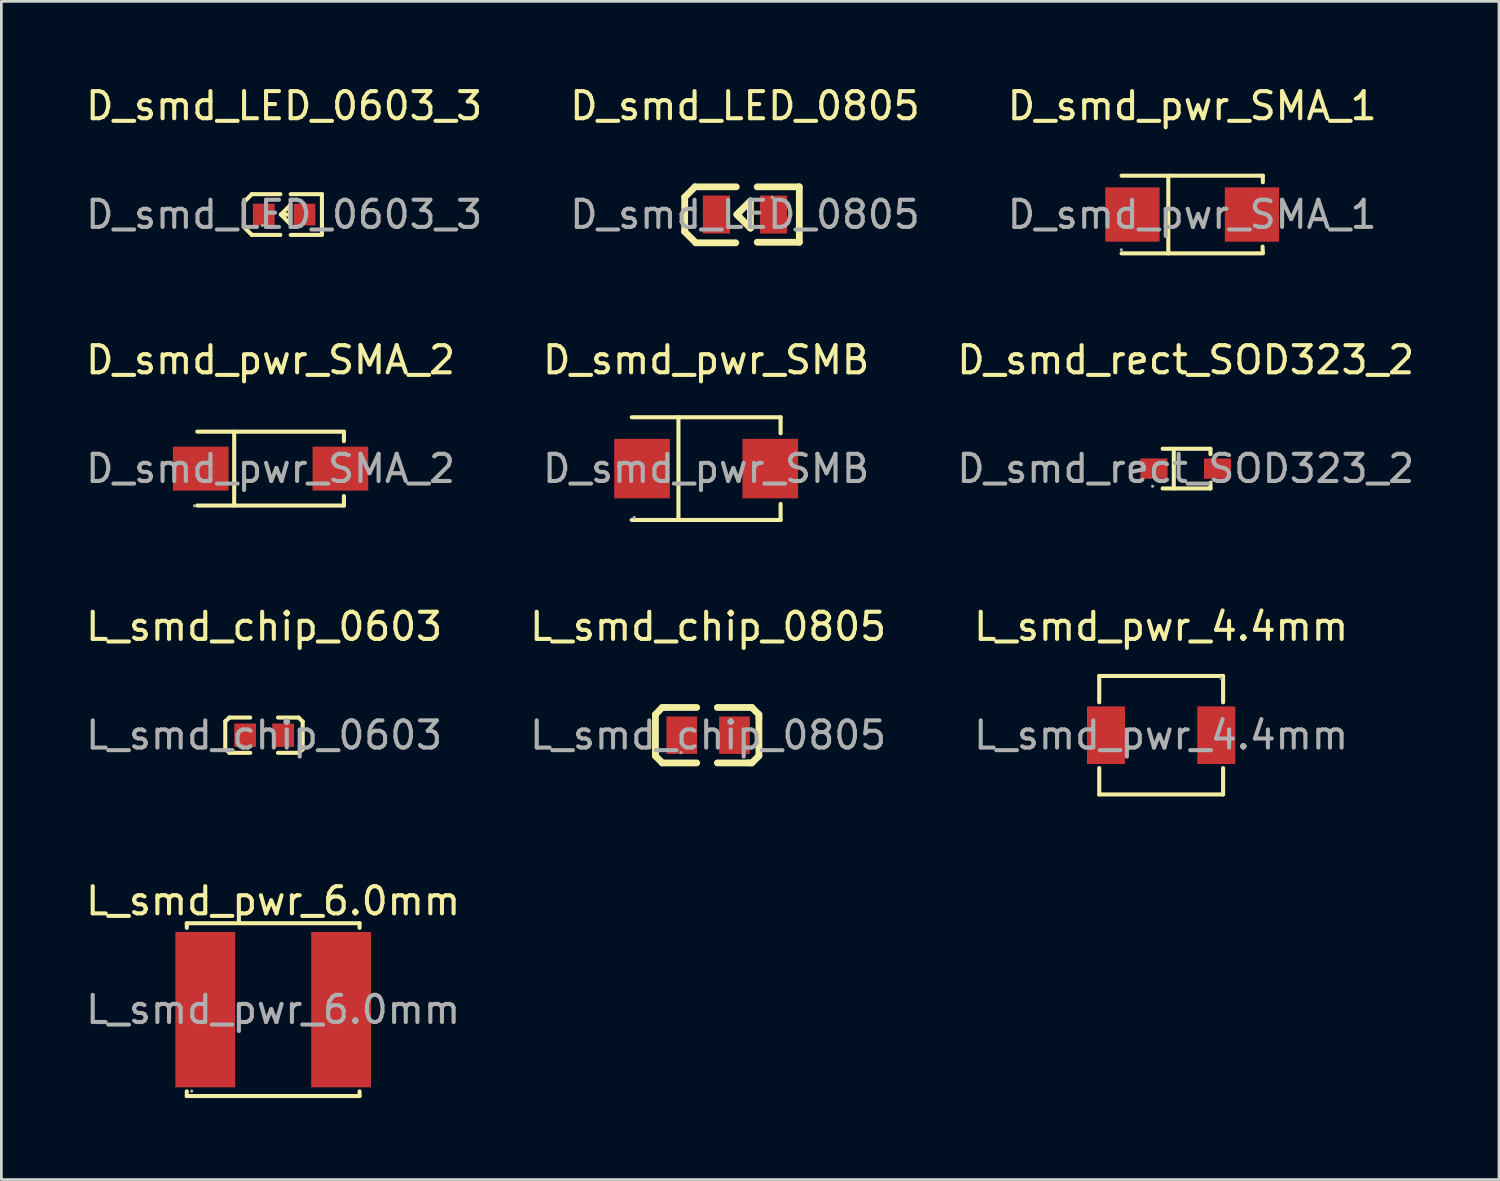
<source format=kicad_pcb>
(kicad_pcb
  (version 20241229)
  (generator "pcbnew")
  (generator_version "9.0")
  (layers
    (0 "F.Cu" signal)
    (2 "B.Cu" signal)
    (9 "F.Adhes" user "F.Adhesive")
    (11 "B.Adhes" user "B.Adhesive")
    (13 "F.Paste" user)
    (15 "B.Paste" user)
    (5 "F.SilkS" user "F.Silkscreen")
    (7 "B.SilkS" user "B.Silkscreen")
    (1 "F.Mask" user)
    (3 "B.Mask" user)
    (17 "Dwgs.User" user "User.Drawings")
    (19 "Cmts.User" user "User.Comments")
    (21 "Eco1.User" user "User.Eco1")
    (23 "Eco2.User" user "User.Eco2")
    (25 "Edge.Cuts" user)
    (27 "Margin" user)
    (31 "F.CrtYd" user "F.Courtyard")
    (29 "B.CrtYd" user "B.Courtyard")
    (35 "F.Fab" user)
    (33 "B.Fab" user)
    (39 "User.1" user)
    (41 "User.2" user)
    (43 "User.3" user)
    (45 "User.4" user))
  (footprint "D_smd_pwr_SMA_2"
    (layer "F.Cu")
    (at 6.911 14.201)
    (property "Reference" "D_smd_pwr_SMA_2" (at 0 -4 0) (layer "F.SilkS") (effects (font (size 1 1) (thickness 0.15))))
    (attr smd)
    (fp_line (start -2.7 -1.36) (end 2.7 -1.36) (stroke (width 0.15) (type solid)) (layer "F.SilkS"))
    (fp_line (start -2.7 1.36) (end 2.7 1.36) (stroke (width 0.15) (type solid)) (layer "F.SilkS"))
    (fp_line (start -1.34 -1.36) (end -1.34 1.36) (stroke (width 0.15) (type solid)) (layer "F.SilkS"))
    (fp_line (start 2.7 -1.36) (end 2.7 -1.01) (stroke (width 0.15) (type solid)) (layer "F.SilkS"))
    (fp_line (start 2.7 1.36) (end 2.7 1.01) (stroke (width 0.15) (type solid)) (layer "F.SilkS"))
    (fp_circle (center -2.8 1.37) (end -2.77 1.37) (stroke (width 0.06) (type solid)) (fill no) (layer "F.Fab"))
    (fp_text user "${REFERENCE}" (at 0 0 0) (layer "F.Fab") (effects (font (size 1 1) (thickness 0.15))))
    (pad "1" smd rect (at -2.57 0) (size 2.05 1.62) (layers "F.Cu" "F.Mask" "F.Paste"))
    (pad "2" smd rect (at 2.57 0) (size 2.05 1.62) (layers "F.Cu" "F.Mask" "F.Paste")))
  (footprint "D_smd_LED_0805"
    (layer "F.Cu")
    (at 24.375 4.848)
    (property "Reference" "D_smd_LED_0805" (at 0 -4 0) (layer "F.SilkS") (effects (font (size 1 1) (thickness 0.15))))
    (attr smd)
    (fp_line (start -2.22 -0.64) (end -1.84 -1.02) (stroke (width 0.25) (type solid)) (layer "F.SilkS"))
    (fp_line (start -2.22 0.63) (end -2.22 -0.64) (stroke (width 0.25) (type solid)) (layer "F.SilkS"))
    (fp_line (start -1.84 -1.02) (end -0.32 -1.02) (stroke (width 0.25) (type solid)) (layer "F.SilkS"))
    (fp_line (start -1.81 1.04) (end -2.22 0.63) (stroke (width 0.25) (type solid)) (layer "F.SilkS"))
    (fp_line (start -0.34 1.04) (end -1.81 1.04) (stroke (width 0.25) (type solid)) (layer "F.SilkS"))
    (fp_line (start -0.3 0) (end -0.2 0.1) (stroke (width 0.25) (type solid)) (layer "F.SilkS"))
    (fp_line (start -0.2 -0.1) (end -0.3 0) (stroke (width 0.25) (type solid)) (layer "F.SilkS"))
    (fp_line (start -0.2 0.1) (end 0.2 0.5) (stroke (width 0.25) (type solid)) (layer "F.SilkS"))
    (fp_line (start 0.2 -0.5) (end -0.2 -0.1) (stroke (width 0.25) (type solid)) (layer "F.SilkS"))
    (fp_line (start 0.2 -0.5) (end 0.2 0.5) (stroke (width 0.25) (type solid)) (layer "F.SilkS"))
    (fp_line (start 0.45 1.02) (end 2 1.02) (stroke (width 0.25) (type solid)) (layer "F.SilkS"))
    (fp_line (start 2 -1.02) (end 0.45 -1.02) (stroke (width 0.25) (type solid)) (layer "F.SilkS"))
    (fp_line (start 2 1.02) (end 2 -1.02) (stroke (width 0.25) (type solid)) (layer "F.SilkS"))
    (fp_circle (center 1 -0.63) (end 1.03 -0.63) (stroke (width 0.06) (type solid)) (fill no) (layer "F.Fab"))
    (fp_text user "${REFERENCE}" (at 0 0 0) (layer "F.Fab") (effects (font (size 1 1) (thickness 0.15))))
    (pad "1" smd rect (at 1.05 0 180) (size 1 1.4) (layers "F.Cu" "F.Mask" "F.Paste"))
    (pad "2" smd rect (at -1.05 0 180) (size 1 1.4) (layers "F.Cu" "F.Mask" "F.Paste")))
  (footprint "D_smd_pwr_SMB"
    (layer "F.Cu")
    (at 22.946 14.201)
    (property "Reference" "D_smd_pwr_SMB" (at 0 -4 0) (layer "F.SilkS") (effects (font (size 1 1) (thickness 0.15))))
    (attr smd)
    (fp_line (start -2.74 -1.89) (end 2.74 -1.89) (stroke (width 0.15) (type solid)) (layer "F.SilkS"))
    (fp_line (start -2.74 1.89) (end 2.74 1.89) (stroke (width 0.15) (type solid)) (layer "F.SilkS"))
    (fp_line (start -1.02 -1.89) (end -1.02 1.89) (stroke (width 0.15) (type solid)) (layer "F.SilkS"))
    (fp_line (start 2.74 -1.89) (end 2.74 -1.3) (stroke (width 0.15) (type solid)) (layer "F.SilkS"))
    (fp_line (start 2.74 1.89) (end 2.74 1.3) (stroke (width 0.15) (type solid)) (layer "F.SilkS"))
    (fp_circle (center -2.65 1.8) (end -2.62 1.8) (stroke (width 0.06) (type solid)) (fill no) (layer "F.Fab"))
    (fp_text user "${REFERENCE}" (at 0 0 0) (layer "F.Fab") (effects (font (size 1 1) (thickness 0.15))))
    (pad "1" smd rect (at -2.36 0) (size 2.05 2.19) (layers "F.Cu" "F.Mask" "F.Paste"))
    (pad "2" smd rect (at 2.36 0) (size 2.05 2.19) (layers "F.Cu" "F.Mask" "F.Paste")))
  (footprint "D_smd_LED_0603_3"
    (layer "F.Cu")
    (at 7.411 4.848)
    (property "Reference" "D_smd_LED_0603_3" (at 0 -4 0) (layer "F.SilkS") (effects (font (size 1 1) (thickness 0.15))))
    (attr smd)
    (fp_line (start -1.49 -0.45) (end -1.19 -0.75) (stroke (width 0.15) (type solid)) (layer "F.SilkS"))
    (fp_line (start -1.49 -0.35) (end -1.49 -0.45) (stroke (width 0.15) (type solid)) (layer "F.SilkS"))
    (fp_line (start -1.49 -0.35) (end -1.49 0.35) (stroke (width 0.15) (type solid)) (layer "F.SilkS"))
    (fp_line (start -1.49 0.35) (end -1.49 0.45) (stroke (width 0.15) (type solid)) (layer "F.SilkS"))
    (fp_line (start -1.49 0.45) (end -1.19 0.75) (stroke (width 0.15) (type solid)) (layer "F.SilkS"))
    (fp_line (start -0.14 -0.75) (end -1.19 -0.75) (stroke (width 0.15) (type solid)) (layer "F.SilkS"))
    (fp_line (start -0.14 0.75) (end -1.19 0.75) (stroke (width 0.15) (type solid)) (layer "F.SilkS"))
    (fp_line (start 0.21 0.33) (end -0.12 0) (stroke (width 0.15) (type solid)) (layer "F.SilkS"))
    (fp_line (start 0.22 -0.35) (end 0.22 -0.34) (stroke (width 0.15) (type solid)) (layer "F.SilkS"))
    (fp_line (start 0.22 -0.35) (end 0.22 0.33) (stroke (width 0.15) (type solid)) (layer "F.SilkS"))
    (fp_line (start 0.22 -0.34) (end -0.12 0) (stroke (width 0.15) (type solid)) (layer "F.SilkS"))
    (fp_line (start 0.22 0) (end -0.12 0) (stroke (width 0.15) (type solid)) (layer "F.SilkS"))
    (fp_line (start 0.22 0.33) (end 0.21 0.33) (stroke (width 0.15) (type solid)) (layer "F.SilkS"))
    (fp_line (start 0.24 -0.75) (end 1.39 -0.75) (stroke (width 0.15) (type solid)) (layer "F.SilkS"))
    (fp_line (start 0.24 0.75) (end 1.39 0.75) (stroke (width 0.15) (type solid)) (layer "F.SilkS"))
    (fp_line (start 1.39 -0.75) (end 1.39 0.73) (stroke (width 0.15) (type solid)) (layer "F.SilkS"))
    (fp_circle (center -0.8 0.4) (end -0.77 0.4) (stroke (width 0.06) (type solid)) (fill no) (layer "F.Fab"))
    (fp_text user "${REFERENCE}" (at 0 0 0) (layer "F.Fab") (effects (font (size 1 1) (thickness 0.15))))
    (pad "1" smd rect (at -0.75 0 90) (size 0.8 0.8) (layers "F.Cu" "F.Mask" "F.Paste"))
    (pad "2" smd rect (at 0.75 0 90) (size 0.8 0.8) (layers "F.Cu" "F.Mask" "F.Paste")))
  (footprint "L_smd_pwr_6.0mm"
    (layer "F.Cu")
    (at 7.006 34.118)
    (property "Reference" "L_smd_pwr_6.0mm" (at 0 -4 0) (layer "F.SilkS") (effects (font (size 1 1) (thickness 0.15))))
    (attr smd)
    (fp_line (start -3.18 -3.18) (end 3.18 -3.18) (stroke (width 0.15) (type solid)) (layer "F.SilkS"))
    (fp_line (start -3.18 -3.01) (end -3.18 -3.18) (stroke (width 0.15) (type solid)) (layer "F.SilkS"))
    (fp_line (start -3.18 3.01) (end -3.18 3.18) (stroke (width 0.15) (type solid)) (layer "F.SilkS"))
    (fp_line (start -3.18 3.18) (end 3.18 3.18) (stroke (width 0.15) (type solid)) (layer "F.SilkS"))
    (fp_line (start 3.18 -3.18) (end 3.18 -3.01) (stroke (width 0.15) (type solid)) (layer "F.SilkS"))
    (fp_line (start 3.18 3.18) (end 3.18 3.01) (stroke (width 0.15) (type solid)) (layer "F.SilkS"))
    (fp_circle (center -3 3) (end -2.97 3) (stroke (width 0.06) (type solid)) (fill no) (layer "F.Fab"))
    (fp_text user "${REFERENCE}" (at 0 0 0) (layer "F.Fab") (effects (font (size 1 1) (thickness 0.15))))
    (pad "1" smd rect (at -2.5 0) (size 2.2 5.72) (layers "F.Cu" "F.Mask" "F.Paste"))
    (pad "2" smd rect (at 2.5 0) (size 2.2 5.72) (layers "F.Cu" "F.Mask" "F.Paste")))
  (footprint "L_smd_chip_0603"
    (layer "F.Cu")
    (at 6.673 24.015)
    (property "Reference" "L_smd_chip_0603" (at 0 -4 0) (layer "F.SilkS") (effects (font (size 1 1) (thickness 0.15))))
    (attr smd)
    (fp_line (start -1.43 -0.51) (end -1.27 -0.65) (stroke (width 0.15) (type solid)) (layer "F.SilkS"))
    (fp_line (start -1.43 0.5) (end -1.43 -0.51) (stroke (width 0.15) (type solid)) (layer "F.SilkS"))
    (fp_line (start -1.28 -0.65) (end -0.51 -0.65) (stroke (width 0.15) (type solid)) (layer "F.SilkS"))
    (fp_line (start -1.28 0.65) (end -0.51 0.65) (stroke (width 0.15) (type solid)) (layer "F.SilkS"))
    (fp_line (start -1.27 0.65) (end -1.43 0.5) (stroke (width 0.15) (type solid)) (layer "F.SilkS"))
    (fp_line (start 1.27 -0.65) (end 0.51 -0.65) (stroke (width 0.15) (type solid)) (layer "F.SilkS"))
    (fp_line (start 1.27 -0.65) (end 1.42 -0.5) (stroke (width 0.15) (type solid)) (layer "F.SilkS"))
    (fp_line (start 1.27 0.65) (end 0.51 0.65) (stroke (width 0.15) (type solid)) (layer "F.SilkS"))
    (fp_line (start 1.42 -0.5) (end 1.42 0.52) (stroke (width 0.15) (type solid)) (layer "F.SilkS"))
    (fp_line (start 1.42 0.52) (end 1.27 0.65) (stroke (width 0.15) (type solid)) (layer "F.SilkS"))
    (fp_circle (center -0.8 0.4) (end -0.77 0.4) (stroke (width 0.06) (type solid)) (fill no) (layer "F.Fab"))
    (fp_text user "${REFERENCE}" (at 0 0 0) (layer "F.Fab") (effects (font (size 1 1) (thickness 0.15))))
    (pad "1" smd rect (at -0.7 0 180) (size 0.8 0.86) (layers "F.Cu" "F.Mask" "F.Paste"))
    (pad "2" smd rect (at 0.7 0 180) (size 0.8 0.86) (layers "F.Cu" "F.Mask" "F.Paste")))
  (footprint "D_smd_pwr_SMA_1"
    (layer "F.Cu")
    (at 40.839 4.848)
    (property "Reference" "D_smd_pwr_SMA_1" (at 0 -4 0) (layer "F.SilkS") (effects (font (size 1 1) (thickness 0.15))))
    (attr smd)
    (fp_line (start -2.6 -1.43) (end 2.6 -1.43) (stroke (width 0.15) (type solid)) (layer "F.SilkS"))
    (fp_line (start -2.6 1.43) (end 2.6 1.43) (stroke (width 0.15) (type solid)) (layer "F.SilkS"))
    (fp_line (start -0.88 -1.43) (end -0.88 1.43) (stroke (width 0.15) (type solid)) (layer "F.SilkS"))
    (fp_line (start 2.59 1.18) (end 2.6 1.41) (stroke (width 0.15) (type solid)) (layer "F.SilkS"))
    (fp_line (start 2.6 -1.43) (end 2.6 -1.19) (stroke (width 0.15) (type solid)) (layer "F.SilkS"))
    (fp_circle (center -2.61 1.3) (end -2.58 1.3) (stroke (width 0.06) (type solid)) (fill no) (layer "F.Fab"))
    (fp_text user "${REFERENCE}" (at 0 0 0) (layer "F.Fab") (effects (font (size 1 1) (thickness 0.15))))
    (pad "1" smd rect (at -2.2 0 180) (size 2 2) (layers "F.Cu" "F.Mask" "F.Paste"))
    (pad "2" smd rect (at 2.2 0 180) (size 2 2) (layers "F.Cu" "F.Mask" "F.Paste")))
  (footprint "L_smd_pwr_4.4mm"
    (layer "F.Cu")
    (at 39.696 24.015)
    (property "Reference" "L_smd_pwr_4.4mm" (at 0 -4 0) (layer "F.SilkS") (effects (font (size 1 1) (thickness 0.15))))
    (attr smd)
    (fp_line (start -2.28 -2.18) (end 2.28 -2.18) (stroke (width 0.15) (type solid)) (layer "F.SilkS"))
    (fp_line (start -2.28 -1.21) (end -2.28 -2.18) (stroke (width 0.15) (type solid)) (layer "F.SilkS"))
    (fp_line (start -2.28 1.21) (end -2.28 2.18) (stroke (width 0.15) (type solid)) (layer "F.SilkS"))
    (fp_line (start -2.28 2.18) (end 2.28 2.18) (stroke (width 0.15) (type solid)) (layer "F.SilkS"))
    (fp_line (start 2.28 -2.18) (end 2.28 -1.21) (stroke (width 0.15) (type solid)) (layer "F.SilkS"))
    (fp_line (start 2.28 2.18) (end 2.28 1.21) (stroke (width 0.15) (type solid)) (layer "F.SilkS"))
    (fp_circle (center 2.2 -2.1) (end 2.23 -2.1) (stroke (width 0.06) (type solid)) (fill no) (layer "F.Fab"))
    (fp_text user "${REFERENCE}" (at 0 0 0) (layer "F.Fab") (effects (font (size 1 1) (thickness 0.15))))
    (pad "1" smd rect (at 2.03 0) (size 1.4 2.12) (layers "F.Cu" "F.Mask" "F.Paste"))
    (pad "2" smd rect (at -2.03 0) (size 1.4 2.12) (layers "F.Cu" "F.Mask" "F.Paste")))
  (footprint "D_smd_rect_SOD323_2"
    (layer "F.Cu")
    (at 40.601 14.201)
    (property "Reference" "D_smd_rect_SOD323_2" (at 0 -4 0) (layer "F.SilkS") (effects (font (size 1 1) (thickness 0.15))))
    (attr smd)
    (fp_line (start -0.85 -0.73) (end 0.91 -0.73) (stroke (width 0.15) (type solid)) (layer "F.SilkS"))
    (fp_line (start -0.85 0.73) (end 0.91 0.73) (stroke (width 0.15) (type solid)) (layer "F.SilkS"))
    (fp_line (start -0.44 -0.73) (end -0.44 0.73) (stroke (width 0.15) (type solid)) (layer "F.SilkS"))
    (fp_line (start 0.91 -0.73) (end 0.91 -0.53) (stroke (width 0.15) (type solid)) (layer "F.SilkS"))
    (fp_line (start 0.91 0.73) (end 0.91 0.52) (stroke (width 0.15) (type solid)) (layer "F.SilkS"))
    (fp_circle (center -1.22 0.65) (end -1.19 0.65) (stroke (width 0.06) (type solid)) (fill no) (layer "F.Fab"))
    (fp_text user "${REFERENCE}" (at 0 0 0) (layer "F.Fab") (effects (font (size 1 1) (thickness 0.15))))
    (pad "1" smd rect (at -1.17 0) (size 1 0.75) (layers "F.Cu" "F.Mask" "F.Paste"))
    (pad "2" smd rect (at 1.17 0) (size 1 0.75) (layers "F.Cu" "F.Mask" "F.Paste")))
  (footprint "L_smd_chip_0805"
    (layer "F.Cu")
    (at 23.018 24.015)
    (property "Reference" "L_smd_chip_0805" (at 0 -4 0) (layer "F.SilkS") (effects (font (size 1 1) (thickness 0.15))))
    (attr smd)
    (fp_line (start -1.94 -0.76) (end -1.94 0.64) (stroke (width 0.25) (type solid)) (layer "F.SilkS"))
    (fp_line (start -1.94 0.64) (end -1.94 0.76) (stroke (width 0.25) (type solid)) (layer "F.SilkS"))
    (fp_line (start -1.94 0.76) (end -1.69 1.02) (stroke (width 0.25) (type solid)) (layer "F.SilkS"))
    (fp_line (start -1.69 -1.02) (end -1.94 -0.76) (stroke (width 0.25) (type solid)) (layer "F.SilkS"))
    (fp_line (start -1.69 1.02) (end -0.42 1.02) (stroke (width 0.25) (type solid)) (layer "F.SilkS"))
    (fp_line (start -1.56 -1.02) (end -1.69 -1.02) (stroke (width 0.25) (type solid)) (layer "F.SilkS"))
    (fp_line (start -0.42 -1.02) (end -1.56 -1.02) (stroke (width 0.25) (type solid)) (layer "F.SilkS"))
    (fp_line (start 0.34 1.02) (end 1.48 1.02) (stroke (width 0.25) (type solid)) (layer "F.SilkS"))
    (fp_line (start 1.48 1.02) (end 1.61 1.02) (stroke (width 0.25) (type solid)) (layer "F.SilkS"))
    (fp_line (start 1.61 -1.02) (end 0.34 -1.02) (stroke (width 0.25) (type solid)) (layer "F.SilkS"))
    (fp_line (start 1.61 1.02) (end 1.87 0.76) (stroke (width 0.25) (type solid)) (layer "F.SilkS"))
    (fp_line (start 1.87 -0.76) (end 1.61 -1.02) (stroke (width 0.25) (type solid)) (layer "F.SilkS"))
    (fp_line (start 1.87 -0.63) (end 1.87 -0.76) (stroke (width 0.25) (type solid)) (layer "F.SilkS"))
    (fp_line (start 1.87 0.76) (end 1.87 -0.63) (stroke (width 0.25) (type solid)) (layer "F.SilkS"))
    (fp_circle (center -1 0.64) (end -0.97 0.64) (stroke (width 0.06) (type solid)) (fill no) (layer "F.Fab"))
    (fp_text user "${REFERENCE}" (at 0 0 0) (layer "F.Fab") (effects (font (size 1 1) (thickness 0.15))))
    (pad "1" smd rect (at -0.97 0) (size 1.13 1.38) (layers "F.Cu" "F.Mask" "F.Paste"))
    (pad "2" smd rect (at 0.97 0) (size 1.13 1.38) (layers "F.Cu" "F.Mask" "F.Paste")))
  (gr_rect
    (start -3 -3)
    (end 52.131 40.373)
    (stroke (width 0.1) (type default))
    (fill no)
    (layer "Edge.Cuts")))
</source>
